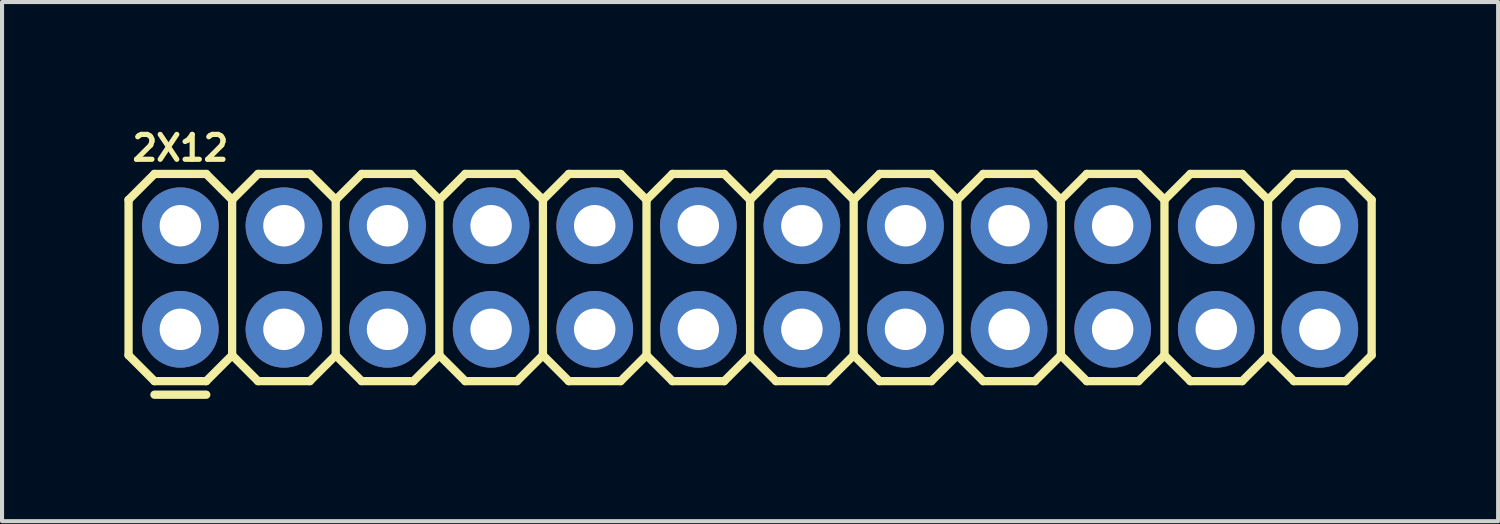
<source format=kicad_pcb>
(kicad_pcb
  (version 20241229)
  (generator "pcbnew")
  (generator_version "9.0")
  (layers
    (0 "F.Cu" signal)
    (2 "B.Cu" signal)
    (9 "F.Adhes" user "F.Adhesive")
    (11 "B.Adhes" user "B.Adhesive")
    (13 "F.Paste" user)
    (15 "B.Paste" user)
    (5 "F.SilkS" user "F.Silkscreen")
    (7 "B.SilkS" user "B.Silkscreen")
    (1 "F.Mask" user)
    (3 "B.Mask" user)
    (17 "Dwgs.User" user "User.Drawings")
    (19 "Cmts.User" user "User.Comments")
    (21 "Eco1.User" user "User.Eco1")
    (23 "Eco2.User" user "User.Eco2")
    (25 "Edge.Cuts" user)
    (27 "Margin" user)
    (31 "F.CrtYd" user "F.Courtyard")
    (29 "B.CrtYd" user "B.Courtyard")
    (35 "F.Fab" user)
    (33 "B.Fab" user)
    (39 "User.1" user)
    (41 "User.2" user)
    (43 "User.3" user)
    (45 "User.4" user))
  (footprint "2X12"
    (layer "F.Cu")
    (at 1.372 5.025)
    (property "Reference" "2X12" (at 0 -4.445 0) (layer "F.SilkS") (effects (font (size 0.61 0.61) (thickness 0.127))))
    (attr exclude_from_pos_files exclude_from_bom)
    (fp_line (start -1.27 -3.175) (end -0.635 -3.81) (stroke (width 0.203) (type solid)) (layer "F.SilkS"))
    (fp_line (start -1.27 0.635) (end -1.27 -3.175) (stroke (width 0.203) (type solid)) (layer "F.SilkS"))
    (fp_line (start -1.27 0.635) (end -0.635 1.27) (stroke (width 0.203) (type solid)) (layer "F.SilkS"))
    (fp_line (start -0.635 -3.81) (end 0.635 -3.81) (stroke (width 0.203) (type solid)) (layer "F.SilkS"))
    (fp_line (start -0.635 1.27) (end 0.635 1.27) (stroke (width 0.203) (type solid)) (layer "F.SilkS"))
    (fp_line (start 0.635 -3.81) (end 1.27 -3.175) (stroke (width 0.203) (type solid)) (layer "F.SilkS"))
    (fp_line (start 0.635 1.27) (end 1.27 0.635) (stroke (width 0.203) (type solid)) (layer "F.SilkS"))
    (fp_line (start 0.635 1.603) (end -0.635 1.603) (stroke (width 0.203) (type solid)) (layer "F.SilkS"))
    (fp_line (start 1.27 -3.175) (end 1.27 0.635) (stroke (width 0.203) (type solid)) (layer "F.SilkS"))
    (fp_line (start 1.27 -3.175) (end 1.905 -3.81) (stroke (width 0.203) (type solid)) (layer "F.SilkS"))
    (fp_line (start 1.27 0.635) (end 1.905 1.27) (stroke (width 0.203) (type solid)) (layer "F.SilkS"))
    (fp_line (start 1.905 -3.81) (end 3.175 -3.81) (stroke (width 0.203) (type solid)) (layer "F.SilkS"))
    (fp_line (start 1.905 1.27) (end 3.175 1.27) (stroke (width 0.203) (type solid)) (layer "F.SilkS"))
    (fp_line (start 3.175 -3.81) (end 3.81 -3.175) (stroke (width 0.203) (type solid)) (layer "F.SilkS"))
    (fp_line (start 3.175 1.27) (end 3.81 0.635) (stroke (width 0.203) (type solid)) (layer "F.SilkS"))
    (fp_line (start 3.81 -3.175) (end 3.81 0.635) (stroke (width 0.203) (type solid)) (layer "F.SilkS"))
    (fp_line (start 3.81 -3.175) (end 4.445 -3.81) (stroke (width 0.203) (type solid)) (layer "F.SilkS"))
    (fp_line (start 3.81 0.635) (end 4.445 1.27) (stroke (width 0.203) (type solid)) (layer "F.SilkS"))
    (fp_line (start 4.445 -3.81) (end 5.715 -3.81) (stroke (width 0.203) (type solid)) (layer "F.SilkS"))
    (fp_line (start 4.445 1.27) (end 5.715 1.27) (stroke (width 0.203) (type solid)) (layer "F.SilkS"))
    (fp_line (start 5.715 -3.81) (end 6.35 -3.175) (stroke (width 0.203) (type solid)) (layer "F.SilkS"))
    (fp_line (start 5.715 1.27) (end 6.35 0.635) (stroke (width 0.203) (type solid)) (layer "F.SilkS"))
    (fp_line (start 6.35 -3.175) (end 6.985 -3.81) (stroke (width 0.203) (type solid)) (layer "F.SilkS"))
    (fp_line (start 6.35 0.635) (end 6.35 -3.175) (stroke (width 0.203) (type solid)) (layer "F.SilkS"))
    (fp_line (start 6.35 0.635) (end 6.985 1.27) (stroke (width 0.203) (type solid)) (layer "F.SilkS"))
    (fp_line (start 6.985 -3.81) (end 8.255 -3.81) (stroke (width 0.203) (type solid)) (layer "F.SilkS"))
    (fp_line (start 6.985 1.27) (end 8.255 1.27) (stroke (width 0.203) (type solid)) (layer "F.SilkS"))
    (fp_line (start 8.255 -3.81) (end 8.89 -3.175) (stroke (width 0.203) (type solid)) (layer "F.SilkS"))
    (fp_line (start 8.255 1.27) (end 8.89 0.635) (stroke (width 0.203) (type solid)) (layer "F.SilkS"))
    (fp_line (start 8.89 -3.175) (end 8.89 0.635) (stroke (width 0.203) (type solid)) (layer "F.SilkS"))
    (fp_line (start 8.89 -3.175) (end 9.525 -3.81) (stroke (width 0.203) (type solid)) (layer "F.SilkS"))
    (fp_line (start 8.89 0.635) (end 9.525 1.27) (stroke (width 0.203) (type solid)) (layer "F.SilkS"))
    (fp_line (start 9.525 -3.81) (end 10.795 -3.81) (stroke (width 0.203) (type solid)) (layer "F.SilkS"))
    (fp_line (start 9.525 1.27) (end 10.795 1.27) (stroke (width 0.203) (type solid)) (layer "F.SilkS"))
    (fp_line (start 10.795 -3.81) (end 11.43 -3.175) (stroke (width 0.203) (type solid)) (layer "F.SilkS"))
    (fp_line (start 10.795 1.27) (end 11.43 0.635) (stroke (width 0.203) (type solid)) (layer "F.SilkS"))
    (fp_line (start 11.43 -3.175) (end 11.43 0.635) (stroke (width 0.203) (type solid)) (layer "F.SilkS"))
    (fp_line (start 11.43 -3.175) (end 12.065 -3.81) (stroke (width 0.203) (type solid)) (layer "F.SilkS"))
    (fp_line (start 11.43 0.635) (end 12.065 1.27) (stroke (width 0.203) (type solid)) (layer "F.SilkS"))
    (fp_line (start 12.065 -3.81) (end 13.335 -3.81) (stroke (width 0.203) (type solid)) (layer "F.SilkS"))
    (fp_line (start 12.065 1.27) (end 13.335 1.27) (stroke (width 0.203) (type solid)) (layer "F.SilkS"))
    (fp_line (start 13.335 -3.81) (end 13.97 -3.175) (stroke (width 0.203) (type solid)) (layer "F.SilkS"))
    (fp_line (start 13.335 1.27) (end 13.97 0.635) (stroke (width 0.203) (type solid)) (layer "F.SilkS"))
    (fp_line (start 13.97 -3.175) (end 14.605 -3.81) (stroke (width 0.203) (type solid)) (layer "F.SilkS"))
    (fp_line (start 13.97 0.635) (end 13.97 -3.175) (stroke (width 0.203) (type solid)) (layer "F.SilkS"))
    (fp_line (start 13.97 0.635) (end 14.605 1.27) (stroke (width 0.203) (type solid)) (layer "F.SilkS"))
    (fp_line (start 14.605 -3.81) (end 15.875 -3.81) (stroke (width 0.203) (type solid)) (layer "F.SilkS"))
    (fp_line (start 14.605 1.27) (end 15.875 1.27) (stroke (width 0.203) (type solid)) (layer "F.SilkS"))
    (fp_line (start 15.875 -3.81) (end 16.51 -3.175) (stroke (width 0.203) (type solid)) (layer "F.SilkS"))
    (fp_line (start 15.875 1.27) (end 16.51 0.635) (stroke (width 0.203) (type solid)) (layer "F.SilkS"))
    (fp_line (start 16.51 -3.175) (end 16.51 0.635) (stroke (width 0.203) (type solid)) (layer "F.SilkS"))
    (fp_line (start 16.51 -3.175) (end 17.145 -3.81) (stroke (width 0.203) (type solid)) (layer "F.SilkS"))
    (fp_line (start 16.51 0.635) (end 17.145 1.27) (stroke (width 0.203) (type solid)) (layer "F.SilkS"))
    (fp_line (start 17.145 -3.81) (end 18.415 -3.81) (stroke (width 0.203) (type solid)) (layer "F.SilkS"))
    (fp_line (start 17.145 1.27) (end 18.415 1.27) (stroke (width 0.203) (type solid)) (layer "F.SilkS"))
    (fp_line (start 18.415 -3.81) (end 19.05 -3.175) (stroke (width 0.203) (type solid)) (layer "F.SilkS"))
    (fp_line (start 18.415 1.27) (end 19.05 0.635) (stroke (width 0.203) (type solid)) (layer "F.SilkS"))
    (fp_line (start 19.05 -3.175) (end 19.05 0.635) (stroke (width 0.203) (type solid)) (layer "F.SilkS"))
    (fp_line (start 19.05 -3.175) (end 19.685 -3.81) (stroke (width 0.203) (type solid)) (layer "F.SilkS"))
    (fp_line (start 19.05 0.635) (end 19.685 1.27) (stroke (width 0.203) (type solid)) (layer "F.SilkS"))
    (fp_line (start 19.685 -3.81) (end 20.955 -3.81) (stroke (width 0.203) (type solid)) (layer "F.SilkS"))
    (fp_line (start 19.685 1.27) (end 20.955 1.27) (stroke (width 0.203) (type solid)) (layer "F.SilkS"))
    (fp_line (start 20.955 -3.81) (end 21.59 -3.175) (stroke (width 0.203) (type solid)) (layer "F.SilkS"))
    (fp_line (start 20.955 1.27) (end 21.59 0.635) (stroke (width 0.203) (type solid)) (layer "F.SilkS"))
    (fp_line (start 21.59 -3.175) (end 22.225 -3.81) (stroke (width 0.203) (type solid)) (layer "F.SilkS"))
    (fp_line (start 21.59 0.635) (end 21.59 -3.175) (stroke (width 0.203) (type solid)) (layer "F.SilkS"))
    (fp_line (start 21.59 0.635) (end 22.225 1.27) (stroke (width 0.203) (type solid)) (layer "F.SilkS"))
    (fp_line (start 22.225 -3.81) (end 23.495 -3.81) (stroke (width 0.203) (type solid)) (layer "F.SilkS"))
    (fp_line (start 22.225 1.27) (end 23.495 1.27) (stroke (width 0.203) (type solid)) (layer "F.SilkS"))
    (fp_line (start 23.495 -3.81) (end 24.13 -3.175) (stroke (width 0.203) (type solid)) (layer "F.SilkS"))
    (fp_line (start 23.495 1.27) (end 24.13 0.635) (stroke (width 0.203) (type solid)) (layer "F.SilkS"))
    (fp_line (start 24.13 -3.175) (end 24.13 0.635) (stroke (width 0.203) (type solid)) (layer "F.SilkS"))
    (fp_line (start 24.13 -3.175) (end 24.765 -3.81) (stroke (width 0.203) (type solid)) (layer "F.SilkS"))
    (fp_line (start 24.13 0.635) (end 24.765 1.27) (stroke (width 0.203) (type solid)) (layer "F.SilkS"))
    (fp_line (start 24.765 -3.81) (end 26.035 -3.81) (stroke (width 0.203) (type solid)) (layer "F.SilkS"))
    (fp_line (start 24.765 1.27) (end 26.035 1.27) (stroke (width 0.203) (type solid)) (layer "F.SilkS"))
    (fp_line (start 26.035 -3.81) (end 26.67 -3.175) (stroke (width 0.203) (type solid)) (layer "F.SilkS"))
    (fp_line (start 26.035 1.27) (end 26.67 0.635) (stroke (width 0.203) (type solid)) (layer "F.SilkS"))
    (fp_line (start 26.67 -3.175) (end 26.67 0.635) (stroke (width 0.203) (type solid)) (layer "F.SilkS"))
    (fp_line (start 26.67 -3.175) (end 27.305 -3.81) (stroke (width 0.203) (type solid)) (layer "F.SilkS"))
    (fp_line (start 26.67 0.635) (end 27.305 1.27) (stroke (width 0.203) (type solid)) (layer "F.SilkS"))
    (fp_line (start 27.305 -3.81) (end 28.575 -3.81) (stroke (width 0.203) (type solid)) (layer "F.SilkS"))
    (fp_line (start 27.305 1.27) (end 28.575 1.27) (stroke (width 0.203) (type solid)) (layer "F.SilkS"))
    (fp_line (start 28.575 -3.81) (end 29.21 -3.175) (stroke (width 0.203) (type solid)) (layer "F.SilkS"))
    (fp_line (start 28.575 1.27) (end 29.21 0.635) (stroke (width 0.203) (type solid)) (layer "F.SilkS"))
    (fp_line (start 29.21 -3.175) (end 29.21 0.635) (stroke (width 0.203) (type solid)) (layer "F.SilkS"))
    (pad "1" thru_hole circle (at 0 0) (size 1.88 1.88) (drill 1.016) (layers "*.Cu" "*.Paste" "*.Mask"))
    (pad "2" thru_hole circle (at 0 -2.54) (size 1.88 1.88) (drill 1.016) (layers "*.Cu" "*.Paste" "*.Mask"))
    (pad "3" thru_hole circle (at 2.54 0) (size 1.88 1.88) (drill 1.016) (layers "*.Cu" "*.Paste" "*.Mask"))
    (pad "4" thru_hole circle (at 2.54 -2.54) (size 1.88 1.88) (drill 1.016) (layers "*.Cu" "*.Paste" "*.Mask"))
    (pad "5" thru_hole circle (at 5.08 0) (size 1.88 1.88) (drill 1.016) (layers "*.Cu" "*.Paste" "*.Mask"))
    (pad "6" thru_hole circle (at 5.08 -2.54) (size 1.88 1.88) (drill 1.016) (layers "*.Cu" "*.Paste" "*.Mask"))
    (pad "7" thru_hole circle (at 7.62 0) (size 1.88 1.88) (drill 1.016) (layers "*.Cu" "*.Paste" "*.Mask"))
    (pad "8" thru_hole circle (at 7.62 -2.54) (size 1.88 1.88) (drill 1.016) (layers "*.Cu" "*.Paste" "*.Mask"))
    (pad "9" thru_hole circle (at 10.16 0) (size 1.88 1.88) (drill 1.016) (layers "*.Cu" "*.Paste" "*.Mask"))
    (pad "10" thru_hole circle (at 10.16 -2.54) (size 1.88 1.88) (drill 1.016) (layers "*.Cu" "*.Paste" "*.Mask"))
    (pad "11" thru_hole circle (at 12.7 0) (size 1.88 1.88) (drill 1.016) (layers "*.Cu" "*.Paste" "*.Mask"))
    (pad "12" thru_hole circle (at 12.7 -2.54) (size 1.88 1.88) (drill 1.016) (layers "*.Cu" "*.Paste" "*.Mask"))
    (pad "13" thru_hole circle (at 15.24 0) (size 1.88 1.88) (drill 1.016) (layers "*.Cu" "*.Paste" "*.Mask"))
    (pad "14" thru_hole circle (at 15.24 -2.54) (size 1.88 1.88) (drill 1.016) (layers "*.Cu" "*.Paste" "*.Mask"))
    (pad "15" thru_hole circle (at 17.78 0) (size 1.88 1.88) (drill 1.016) (layers "*.Cu" "*.Paste" "*.Mask"))
    (pad "16" thru_hole circle (at 17.78 -2.54) (size 1.88 1.88) (drill 1.016) (layers "*.Cu" "*.Paste" "*.Mask"))
    (pad "17" thru_hole circle (at 20.32 0) (size 1.88 1.88) (drill 1.016) (layers "*.Cu" "*.Paste" "*.Mask"))
    (pad "18" thru_hole circle (at 20.32 -2.54) (size 1.88 1.88) (drill 1.016) (layers "*.Cu" "*.Paste" "*.Mask"))
    (pad "19" thru_hole circle (at 22.86 0) (size 1.88 1.88) (drill 1.016) (layers "*.Cu" "*.Paste" "*.Mask"))
    (pad "20" thru_hole circle (at 22.86 -2.54) (size 1.88 1.88) (drill 1.016) (layers "*.Cu" "*.Paste" "*.Mask"))
    (pad "21" thru_hole circle (at 25.4 0) (size 1.88 1.88) (drill 1.016) (layers "*.Cu" "*.Paste" "*.Mask"))
    (pad "22" thru_hole circle (at 25.4 -2.54) (size 1.88 1.88) (drill 1.016) (layers "*.Cu" "*.Paste" "*.Mask"))
    (pad "23" thru_hole circle (at 27.94 0) (size 1.88 1.88) (drill 1.016) (layers "*.Cu" "*.Paste" "*.Mask"))
    (pad "24" thru_hole circle (at 27.94 -2.54) (size 1.88 1.88) (drill 1.016) (layers "*.Cu" "*.Paste" "*.Mask")))
  (gr_rect
    (start -3 -3)
    (end 33.683 9.729)
    (stroke (width 0.1) (type default))
    (fill no)
    (layer "Edge.Cuts")))
</source>
